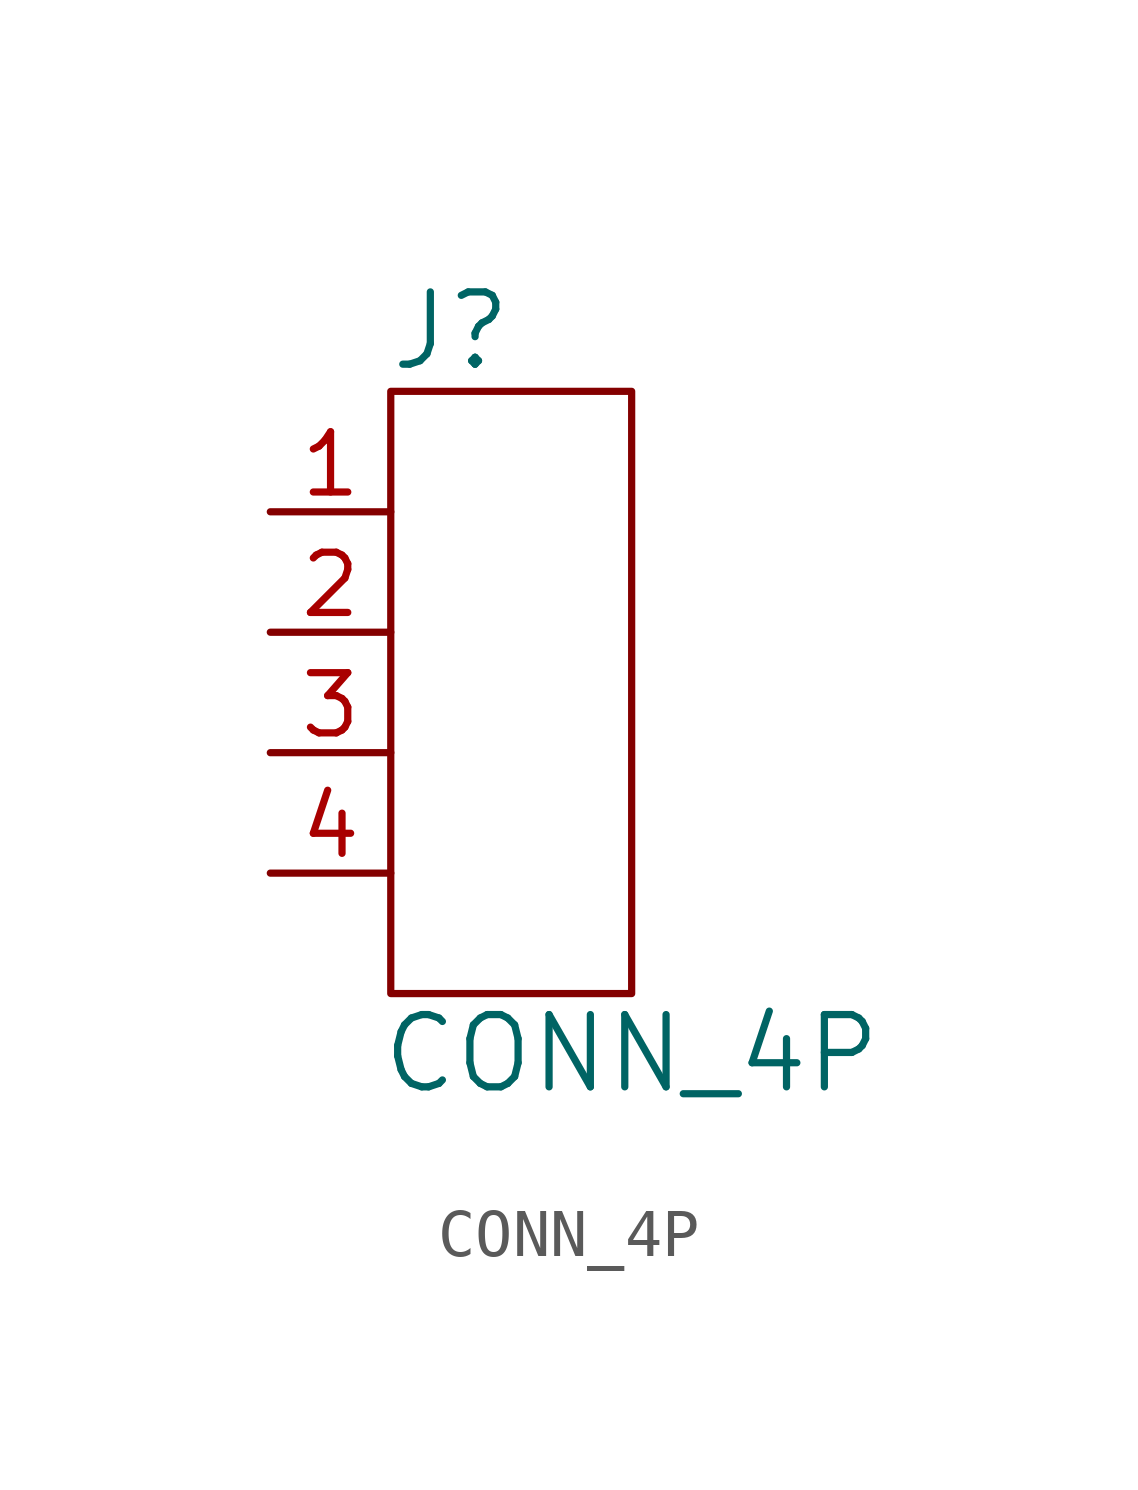
<source format=kicad_sym>
(kicad_symbol_lib
  (version 20211014)
  (generator kicad_symbol_editor)
  (symbol "CONN_4P"
    (pin_names
      (offset 1.016) hide)
    (property "Reference" "J"
      (at -1.27 7.62 0)
      (effects (font (size 1.524 1.524))))
    (property "Value" "CONN_4P"
      (at 2.54 -7.62 0)
      (effects (font (size 1.524 1.524))))
    (property "Footprint" ""
      (at 0 0 0)
      (effects (font (size 1.524 1.524))))
    (property "Datasheet" ""
      (at 0 0 0)
      (effects (font (size 1.524 1.524))))
    (symbol "CONN_4P_0_1"
      (rectangle (start -2.54 6.35) (end 2.54 -6.35) (stroke (width 0) (type default) (color 0 0 0 0)) (fill (type none))))
    (symbol "CONN_4P_1_1"
      (pin passive line (at -5.08 3.81 0) (length 2.54) (name "1" (effects (font (size 1.27 1.27)))) (number "1" (effects (font (size 1.27 1.27)))))
      (pin passive line (at -5.08 1.27 0) (length 2.54) (name "2" (effects (font (size 1.27 1.27)))) (number "2" (effects (font (size 1.27 1.27)))))
      (pin passive line (at -5.08 -1.27 0) (length 2.54) (name "3" (effects (font (size 1.27 1.27)))) (number "3" (effects (font (size 1.27 1.27)))))
      (pin passive line (at -5.08 -3.81 0) (length 2.54) (name "4" (effects (font (size 1.27 1.27)))) (number "4" (effects (font (size 1.27 1.27))))))))
</source>
